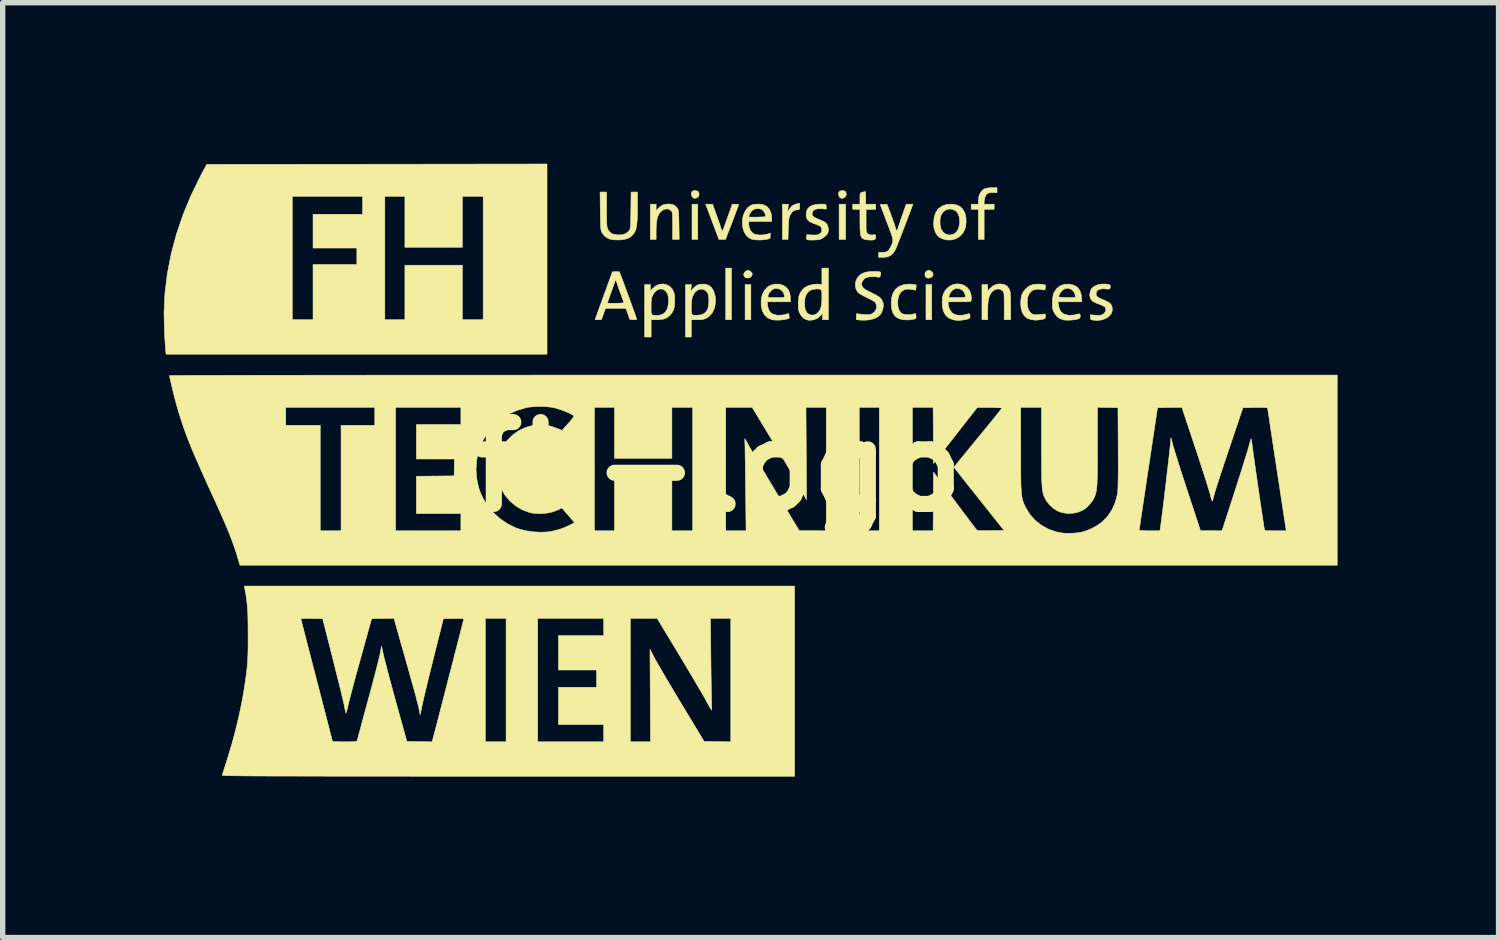
<source format=kicad_pcb>
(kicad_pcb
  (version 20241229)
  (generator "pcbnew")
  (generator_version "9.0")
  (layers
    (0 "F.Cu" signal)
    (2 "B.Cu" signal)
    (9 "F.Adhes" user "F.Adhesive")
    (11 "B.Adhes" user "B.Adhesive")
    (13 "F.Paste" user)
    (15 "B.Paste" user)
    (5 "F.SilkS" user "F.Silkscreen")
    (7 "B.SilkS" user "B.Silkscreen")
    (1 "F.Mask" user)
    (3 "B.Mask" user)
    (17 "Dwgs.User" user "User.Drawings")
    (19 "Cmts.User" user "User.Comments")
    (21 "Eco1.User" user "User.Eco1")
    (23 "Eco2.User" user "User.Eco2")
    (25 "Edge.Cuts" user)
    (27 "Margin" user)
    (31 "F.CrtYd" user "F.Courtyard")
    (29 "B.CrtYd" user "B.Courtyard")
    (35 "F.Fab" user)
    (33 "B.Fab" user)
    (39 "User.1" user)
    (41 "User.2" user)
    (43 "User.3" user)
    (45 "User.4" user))
  (footprint "fh-logo"
    (layer "F.Cu")
    (at 10.321 5.647)
    (property "Reference" "fh-logo" (at 0 0 0) (layer "F.SilkS") (effects (font (size 1.524 1.524) (thickness 0.3))))
    (attr through_hole)
    (fp_poly (pts (xy -0.374 -4.238) (xy -0.481 -4.238) (xy -0.481 -4.893) (xy -0.374 -4.893) (xy -0.374 -4.238)) (stroke (width 0.01) (type solid)) (fill yes) (layer "F.SilkS"))
    (fp_poly (pts (xy 0.254 -2.741) (xy 0.147 -2.741) (xy 0.147 -3.703) (xy 0.254 -3.703) (xy 0.254 -2.741)) (stroke (width 0.01) (type solid)) (fill yes) (layer "F.SilkS"))
    (fp_poly (pts (xy 0.615 -2.741) (xy 0.508 -2.741) (xy 0.508 -3.396) (xy 0.615 -3.396) (xy 0.615 -2.741)) (stroke (width 0.01) (type solid)) (fill yes) (layer "F.SilkS"))
    (fp_poly (pts (xy 2.38 -4.238) (xy 2.259 -4.238) (xy 2.259 -4.893) (xy 2.38 -4.893) (xy 2.38 -4.238)) (stroke (width 0.01) (type solid)) (fill yes) (layer "F.SilkS"))
    (fp_poly (pts (xy 3.984 -2.741) (xy 3.877 -2.741) (xy 3.877 -3.396) (xy 3.984 -3.396) (xy 3.984 -2.741)) (stroke (width 0.01) (type solid)) (fill yes) (layer "F.SilkS"))
    (fp_poly (pts (xy -0.378 -5.136) (xy -0.361 -5.121) (xy -0.348 -5.076) (xy -0.359 -5.038) (xy -0.377 -5.021) (xy -0.418 -5.002) (xy -0.453 -5.008) (xy -0.473 -5.024) (xy -0.491 -5.059) (xy -0.493 -5.098) (xy -0.48 -5.13) (xy -0.479 -5.131) (xy -0.45 -5.145) (xy -0.412 -5.146) (xy -0.378 -5.136)) (stroke (width 0.01) (type solid)) (fill yes) (layer "F.SilkS"))
    (fp_poly (pts (xy 0.591 -3.653) (xy 0.62 -3.631) (xy 0.639 -3.604) (xy 0.642 -3.592) (xy 0.63 -3.556) (xy 0.601 -3.53) (xy 0.563 -3.517) (xy 0.525 -3.522) (xy 0.502 -3.537) (xy 0.485 -3.565) (xy 0.481 -3.584) (xy 0.493 -3.616) (xy 0.52 -3.646) (xy 0.553 -3.662) (xy 0.561 -3.663) (xy 0.591 -3.653)) (stroke (width 0.01) (type solid)) (fill yes) (layer "F.SilkS"))
    (fp_poly (pts (xy 2.354 -5.142) (xy 2.377 -5.131) (xy 2.392 -5.099) (xy 2.39 -5.061) (xy 2.371 -5.027) (xy 2.363 -5.021) (xy 2.322 -5.002) (xy 2.287 -5.008) (xy 2.268 -5.024) (xy 2.25 -5.059) (xy 2.247 -5.098) (xy 2.261 -5.13) (xy 2.262 -5.131) (xy 2.286 -5.142) (xy 2.319 -5.147) (xy 2.354 -5.142)) (stroke (width 0.01) (type solid)) (fill yes) (layer "F.SilkS"))
    (fp_poly (pts (xy 3.963 -3.652) (xy 3.993 -3.626) (xy 4.009 -3.594) (xy 4.011 -3.585) (xy 3.999 -3.552) (xy 3.969 -3.528) (xy 3.931 -3.516) (xy 3.893 -3.521) (xy 3.881 -3.526) (xy 3.866 -3.546) (xy 3.857 -3.572) (xy 3.859 -3.609) (xy 3.881 -3.642) (xy 3.915 -3.661) (xy 3.93 -3.663) (xy 3.963 -3.652)) (stroke (width 0.01) (type solid)) (fill yes) (layer "F.SilkS"))
    (fp_poly (pts (xy 5.2 -5.108) (xy 5.122 -5.11) (xy 5.06 -5.107) (xy 5.022 -5.095) (xy 5.019 -5.093) (xy 4.99 -5.055) (xy 4.969 -5.002) (xy 4.96 -4.945) (xy 4.96 -4.94) (xy 4.96 -4.893) (xy 5.147 -4.893) (xy 5.147 -4.799) (xy 4.96 -4.799) (xy 4.96 -4.238) (xy 4.853 -4.238) (xy 4.853 -4.799) (xy 4.719 -4.799) (xy 4.719 -4.893) (xy 4.853 -4.893) (xy 4.853 -4.964) (xy 4.862 -5.039) (xy 4.889 -5.105) (xy 4.93 -5.156) (xy 4.959 -5.176) (xy 5.006 -5.192) (xy 5.07 -5.2) (xy 5.103 -5.2) (xy 5.2 -5.2) (xy 5.2 -5.108)) (stroke (width 0.01) (type solid)) (fill yes) (layer "F.SilkS"))
    (fp_poly (pts (xy 1.524 -4.85) (xy 1.523 -4.813) (xy 1.516 -4.796) (xy 1.498 -4.791) (xy 1.484 -4.79) (xy 1.427 -4.78) (xy 1.382 -4.747) (xy 1.348 -4.694) (xy 1.336 -4.665) (xy 1.327 -4.635) (xy 1.321 -4.597) (xy 1.317 -4.545) (xy 1.314 -4.474) (xy 1.312 -4.435) (xy 1.307 -4.238) (xy 1.203 -4.238) (xy 1.203 -4.893) (xy 1.314 -4.893) (xy 1.307 -4.826) (xy 1.304 -4.788) (xy 1.303 -4.764) (xy 1.304 -4.759) (xy 1.312 -4.769) (xy 1.329 -4.795) (xy 1.334 -4.805) (xy 1.376 -4.857) (xy 1.431 -4.889) (xy 1.474 -4.9) (xy 1.524 -4.909) (xy 1.524 -4.85)) (stroke (width 0.01) (type solid)) (fill yes) (layer "F.SilkS"))
    (fp_poly (pts (xy -0.015 -4.662) (xy 0.011 -4.588) (xy 0.034 -4.522) (xy 0.052 -4.468) (xy 0.063 -4.431) (xy 0.067 -4.416) (xy 0.075 -4.395) (xy 0.078 -4.393) (xy 0.088 -4.401) (xy 0.102 -4.428) (xy 0.119 -4.47) (xy 0.12 -4.475) (xy 0.137 -4.524) (xy 0.16 -4.589) (xy 0.186 -4.662) (xy 0.21 -4.729) (xy 0.27 -4.893) (xy 0.329 -4.893) (xy 0.364 -4.891) (xy 0.385 -4.887) (xy 0.388 -4.884) (xy 0.383 -4.87) (xy 0.37 -4.834) (xy 0.35 -4.78) (xy 0.324 -4.711) (xy 0.294 -4.632) (xy 0.266 -4.557) (xy 0.143 -4.238) (xy 0.02 -4.238) (xy -0.077 -4.495) (xy -0.108 -4.578) (xy -0.138 -4.657) (xy -0.164 -4.727) (xy -0.185 -4.783) (xy -0.199 -4.82) (xy -0.2 -4.823) (xy -0.227 -4.893) (xy -0.097 -4.893) (xy -0.015 -4.662)) (stroke (width 0.01) (type solid)) (fill yes) (layer "F.SilkS"))
    (fp_poly (pts (xy -0.851 -4.891) (xy -0.797 -4.866) (xy -0.755 -4.821) (xy -0.752 -4.816) (xy -0.744 -4.801) (xy -0.738 -4.779) (xy -0.733 -4.748) (xy -0.73 -4.703) (xy -0.727 -4.641) (xy -0.725 -4.558) (xy -0.724 -4.509) (xy -0.72 -4.238) (xy -0.842 -4.238) (xy -0.842 -4.492) (xy -0.842 -4.581) (xy -0.843 -4.647) (xy -0.845 -4.694) (xy -0.848 -4.727) (xy -0.853 -4.748) (xy -0.86 -4.762) (xy -0.869 -4.772) (xy -0.914 -4.802) (xy -0.965 -4.806) (xy -1.012 -4.791) (xy -1.059 -4.759) (xy -1.095 -4.716) (xy -1.122 -4.658) (xy -1.139 -4.582) (xy -1.148 -4.484) (xy -1.15 -4.391) (xy -1.15 -4.238) (xy -1.257 -4.238) (xy -1.257 -4.893) (xy -1.15 -4.893) (xy -1.149 -4.766) (xy -1.115 -4.81) (xy -1.062 -4.86) (xy -0.997 -4.889) (xy -0.922 -4.898) (xy -0.851 -4.891)) (stroke (width 0.01) (type solid)) (fill yes) (layer "F.SilkS"))
    (fp_poly (pts (xy 5.328 -3.4) (xy 5.384 -3.371) (xy 5.423 -3.323) (xy 5.428 -3.313) (xy 5.437 -3.289) (xy 5.444 -3.264) (xy 5.448 -3.231) (xy 5.451 -3.186) (xy 5.453 -3.126) (xy 5.454 -3.046) (xy 5.454 -2.998) (xy 5.454 -2.741) (xy 5.334 -2.741) (xy 5.334 -2.995) (xy 5.334 -3.084) (xy 5.333 -3.149) (xy 5.332 -3.196) (xy 5.329 -3.228) (xy 5.324 -3.25) (xy 5.317 -3.264) (xy 5.307 -3.276) (xy 5.301 -3.283) (xy 5.257 -3.31) (xy 5.206 -3.315) (xy 5.154 -3.298) (xy 5.106 -3.26) (xy 5.088 -3.237) (xy 5.064 -3.194) (xy 5.047 -3.146) (xy 5.035 -3.085) (xy 5.029 -3.008) (xy 5.027 -2.909) (xy 5.027 -2.904) (xy 5.027 -2.741) (xy 4.92 -2.741) (xy 4.92 -3.396) (xy 5.027 -3.396) (xy 5.027 -3.274) (xy 5.07 -3.324) (xy 5.13 -3.376) (xy 5.2 -3.404) (xy 5.254 -3.409) (xy 5.328 -3.4)) (stroke (width 0.01) (type solid)) (fill yes) (layer "F.SilkS"))
    (fp_poly (pts (xy 3.624 -3.401) (xy 3.696 -3.389) (xy 3.692 -3.342) (xy 3.688 -3.311) (xy 3.685 -3.294) (xy 3.685 -3.293) (xy 3.672 -3.294) (xy 3.641 -3.3) (xy 3.621 -3.305) (xy 3.539 -3.313) (xy 3.47 -3.299) (xy 3.416 -3.263) (xy 3.377 -3.206) (xy 3.355 -3.129) (xy 3.35 -3.061) (xy 3.357 -2.974) (xy 3.381 -2.908) (xy 3.42 -2.863) (xy 3.443 -2.85) (xy 3.486 -2.839) (xy 3.542 -2.835) (xy 3.599 -2.838) (xy 3.644 -2.848) (xy 3.671 -2.857) (xy 3.684 -2.854) (xy 3.689 -2.833) (xy 3.692 -2.808) (xy 3.692 -2.777) (xy 3.681 -2.761) (xy 3.656 -2.753) (xy 3.546 -2.737) (xy 3.446 -2.742) (xy 3.367 -2.764) (xy 3.307 -2.803) (xy 3.265 -2.86) (xy 3.239 -2.938) (xy 3.23 -3.036) (xy 3.229 -3.049) (xy 3.239 -3.156) (xy 3.266 -3.243) (xy 3.312 -3.312) (xy 3.377 -3.362) (xy 3.461 -3.394) (xy 3.478 -3.398) (xy 3.577 -3.406) (xy 3.624 -3.401)) (stroke (width 0.01) (type solid)) (fill yes) (layer "F.SilkS"))
    (fp_poly (pts (xy -3.182 -2.099) (xy -10.277 -2.099) (xy -10.284 -2.169) (xy -10.288 -2.204) (xy -10.292 -2.26) (xy -10.297 -2.333) (xy -10.302 -2.415) (xy -10.308 -2.504) (xy -10.308 -2.516) (xy -10.316 -2.879) (xy -10.298 -3.243) (xy -10.253 -3.607) (xy -10.182 -3.971) (xy -10.085 -4.335) (xy -9.962 -4.696) (xy -9.82 -5.04) (xy -7.927 -5.04) (xy -7.927 -2.741) (xy -7.54 -2.741) (xy -7.54 -3.77) (xy -6.724 -3.77) (xy -6.724 -4.077) (xy -7.54 -4.077) (xy -7.54 -4.706) (xy -6.617 -4.706) (xy -6.617 -5.04) (xy -6.203 -5.04) (xy -6.203 -2.741) (xy -5.829 -2.741) (xy -5.829 -3.757) (xy -4.759 -3.757) (xy -4.759 -2.741) (xy -4.371 -2.741) (xy -4.371 -5.04) (xy -4.759 -5.04) (xy -4.759 -4.091) (xy -5.829 -4.091) (xy -5.829 -5.04) (xy -6.203 -5.04) (xy -6.617 -5.04) (xy -7.927 -5.04) (xy -9.82 -5.04) (xy -9.814 -5.055) (xy -9.64 -5.411) (xy -9.614 -5.461) (xy -9.52 -5.635) (xy -6.351 -5.638) (xy -3.182 -5.642) (xy -3.182 -2.099)) (stroke (width 0.01) (type solid)) (fill yes) (layer "F.SilkS"))
    (fp_poly (pts (xy 2.749 -5.119) (xy 2.752 -5.093) (xy 2.754 -5.048) (xy 2.754 -5.015) (xy 2.754 -4.893) (xy 2.941 -4.893) (xy 2.941 -4.8) (xy 2.851 -4.797) (xy 2.761 -4.793) (xy 2.761 -4.581) (xy 2.761 -4.501) (xy 2.761 -4.444) (xy 2.764 -4.405) (xy 2.767 -4.379) (xy 2.774 -4.363) (xy 2.783 -4.351) (xy 2.794 -4.342) (xy 2.826 -4.324) (xy 2.865 -4.32) (xy 2.884 -4.322) (xy 2.92 -4.325) (xy 2.936 -4.32) (xy 2.941 -4.302) (xy 2.941 -4.284) (xy 2.935 -4.248) (xy 2.92 -4.233) (xy 2.883 -4.226) (xy 2.832 -4.225) (xy 2.778 -4.23) (xy 2.732 -4.239) (xy 2.719 -4.244) (xy 2.695 -4.257) (xy 2.677 -4.277) (xy 2.664 -4.306) (xy 2.655 -4.349) (xy 2.65 -4.408) (xy 2.648 -4.487) (xy 2.647 -4.574) (xy 2.647 -4.799) (xy 2.513 -4.799) (xy 2.513 -4.893) (xy 2.647 -4.893) (xy 2.647 -4.998) (xy 2.647 -5.051) (xy 2.65 -5.083) (xy 2.657 -5.101) (xy 2.668 -5.109) (xy 2.679 -5.112) (xy 2.713 -5.122) (xy 2.733 -5.128) (xy 2.743 -5.129) (xy 2.749 -5.119)) (stroke (width 0.01) (type solid)) (fill yes) (layer "F.SilkS"))
    (fp_poly (pts (xy 3.483 -4.494) (xy 3.445 -4.394) (xy 3.409 -4.301) (xy 3.376 -4.217) (xy 3.348 -4.146) (xy 3.327 -4.092) (xy 3.312 -4.058) (xy 3.308 -4.049) (xy 3.264 -3.98) (xy 3.212 -3.934) (xy 3.146 -3.91) (xy 3.075 -3.904) (xy 2.995 -3.904) (xy 2.995 -3.997) (xy 3.062 -3.997) (xy 3.12 -4.001) (xy 3.16 -4.016) (xy 3.19 -4.046) (xy 3.21 -4.08) (xy 3.23 -4.119) (xy 3.245 -4.152) (xy 3.255 -4.181) (xy 3.259 -4.21) (xy 3.257 -4.244) (xy 3.248 -4.285) (xy 3.231 -4.338) (xy 3.207 -4.406) (xy 3.174 -4.493) (xy 3.148 -4.559) (xy 3.025 -4.886) (xy 3.085 -4.89) (xy 3.122 -4.891) (xy 3.147 -4.89) (xy 3.151 -4.888) (xy 3.158 -4.873) (xy 3.172 -4.838) (xy 3.191 -4.788) (xy 3.214 -4.728) (xy 3.237 -4.663) (xy 3.26 -4.599) (xy 3.281 -4.54) (xy 3.297 -4.492) (xy 3.307 -4.46) (xy 3.308 -4.453) (xy 3.32 -4.417) (xy 3.333 -4.405) (xy 3.345 -4.417) (xy 3.349 -4.428) (xy 3.356 -4.45) (xy 3.37 -4.493) (xy 3.39 -4.551) (xy 3.413 -4.62) (xy 3.432 -4.676) (xy 3.508 -4.893) (xy 3.634 -4.893) (xy 3.483 -4.494)) (stroke (width 0.01) (type solid)) (fill yes) (layer "F.SilkS"))
    (fp_poly (pts (xy 4.429 -4.885) (xy 4.503 -4.855) (xy 4.56 -4.805) (xy 4.6 -4.734) (xy 4.605 -4.721) (xy 4.621 -4.649) (xy 4.624 -4.566) (xy 4.616 -4.483) (xy 4.603 -4.432) (xy 4.564 -4.355) (xy 4.507 -4.294) (xy 4.436 -4.251) (xy 4.356 -4.228) (xy 4.271 -4.226) (xy 4.185 -4.248) (xy 4.161 -4.259) (xy 4.117 -4.284) (xy 4.087 -4.313) (xy 4.061 -4.356) (xy 4.056 -4.366) (xy 4.036 -4.413) (xy 4.025 -4.458) (xy 4.02 -4.513) (xy 4.02 -4.542) (xy 4.024 -4.589) (xy 4.138 -4.589) (xy 4.139 -4.519) (xy 4.151 -4.454) (xy 4.163 -4.42) (xy 4.203 -4.365) (xy 4.256 -4.331) (xy 4.317 -4.319) (xy 4.379 -4.33) (xy 4.409 -4.345) (xy 4.456 -4.389) (xy 4.488 -4.453) (xy 4.503 -4.535) (xy 4.505 -4.572) (xy 4.496 -4.658) (xy 4.471 -4.725) (xy 4.429 -4.772) (xy 4.372 -4.798) (xy 4.325 -4.804) (xy 4.26 -4.793) (xy 4.207 -4.76) (xy 4.165 -4.705) (xy 4.146 -4.654) (xy 4.138 -4.589) (xy 4.024 -4.589) (xy 4.029 -4.648) (xy 4.058 -4.736) (xy 4.105 -4.806) (xy 4.169 -4.856) (xy 4.251 -4.886) (xy 4.338 -4.895) (xy 4.429 -4.885)) (stroke (width 0.01) (type solid)) (fill yes) (layer "F.SilkS"))
    (fp_poly (pts (xy -0.175 -3.385) (xy -0.119 -3.342) (xy -0.078 -3.277) (xy -0.052 -3.191) (xy -0.045 -3.146) (xy -0.045 -3.044) (xy -0.065 -2.95) (xy -0.104 -2.87) (xy -0.16 -2.806) (xy -0.214 -2.771) (xy -0.253 -2.754) (xy -0.295 -2.745) (xy -0.35 -2.741) (xy -0.384 -2.741) (xy -0.495 -2.741) (xy -0.495 -2.42) (xy -0.602 -2.42) (xy -0.602 -2.963) (xy -0.495 -2.963) (xy -0.494 -2.9) (xy -0.49 -2.859) (xy -0.478 -2.836) (xy -0.454 -2.826) (xy -0.415 -2.824) (xy -0.371 -2.826) (xy -0.304 -2.835) (xy -0.258 -2.856) (xy -0.257 -2.856) (xy -0.215 -2.896) (xy -0.187 -2.943) (xy -0.172 -3.003) (xy -0.167 -3.083) (xy -0.167 -3.088) (xy -0.169 -3.152) (xy -0.174 -3.197) (xy -0.185 -3.23) (xy -0.193 -3.245) (xy -0.233 -3.289) (xy -0.283 -3.311) (xy -0.337 -3.31) (xy -0.389 -3.287) (xy -0.426 -3.253) (xy -0.456 -3.208) (xy -0.477 -3.154) (xy -0.489 -3.086) (xy -0.494 -3) (xy -0.495 -2.963) (xy -0.602 -2.963) (xy -0.602 -3.396) (xy -0.491 -3.396) (xy -0.507 -3.277) (xy -0.449 -3.335) (xy -0.406 -3.373) (xy -0.368 -3.394) (xy -0.33 -3.403) (xy -0.246 -3.405) (xy -0.175 -3.385)) (stroke (width 0.01) (type solid)) (fill yes) (layer "F.SilkS"))
    (fp_poly (pts (xy -0.953 -3.394) (xy -0.893 -3.361) (xy -0.846 -3.309) (xy -0.815 -3.24) (xy -0.807 -3.193) (xy -0.803 -3.129) (xy -0.804 -3.064) (xy -0.809 -3) (xy -0.816 -2.954) (xy -0.829 -2.917) (xy -0.846 -2.884) (xy -0.892 -2.823) (xy -0.946 -2.78) (xy -1.015 -2.753) (xy -1.102 -2.742) (xy -1.145 -2.741) (xy -1.243 -2.741) (xy -1.243 -2.42) (xy -1.364 -2.42) (xy -1.364 -2.986) (xy -1.243 -2.986) (xy -1.243 -2.918) (xy -1.241 -2.873) (xy -1.233 -2.845) (xy -1.218 -2.83) (xy -1.191 -2.824) (xy -1.15 -2.823) (xy -1.136 -2.822) (xy -1.085 -2.827) (xy -1.037 -2.841) (xy -1.029 -2.844) (xy -0.976 -2.885) (xy -0.94 -2.947) (xy -0.921 -3.028) (xy -0.918 -3.087) (xy -0.922 -3.166) (xy -0.936 -3.222) (xy -0.94 -3.231) (xy -0.978 -3.282) (xy -1.025 -3.31) (xy -1.076 -3.315) (xy -1.127 -3.297) (xy -1.174 -3.258) (xy -1.21 -3.203) (xy -1.225 -3.17) (xy -1.235 -3.138) (xy -1.24 -3.101) (xy -1.243 -3.051) (xy -1.243 -2.986) (xy -1.364 -2.986) (xy -1.364 -3.396) (xy -1.257 -3.396) (xy -1.257 -3.274) (xy -1.213 -3.324) (xy -1.154 -3.374) (xy -1.088 -3.402) (xy -1.019 -3.408) (xy -0.953 -3.394)) (stroke (width 0.01) (type solid)) (fill yes) (layer "F.SilkS"))
    (fp_poly (pts (xy 2.059 -2.741) (xy 1.952 -2.741) (xy 1.952 -2.863) (xy 1.916 -2.82) (xy 1.855 -2.768) (xy 1.783 -2.738) (xy 1.705 -2.731) (xy 1.652 -2.741) (xy 1.599 -2.769) (xy 1.552 -2.817) (xy 1.518 -2.878) (xy 1.516 -2.883) (xy 1.504 -2.923) (xy 1.499 -2.973) (xy 1.499 -3.038) (xy 1.499 -3.064) (xy 1.615 -3.064) (xy 1.617 -3.008) (xy 1.623 -2.955) (xy 1.631 -2.922) (xy 1.66 -2.871) (xy 1.703 -2.838) (xy 1.755 -2.826) (xy 1.809 -2.835) (xy 1.855 -2.864) (xy 1.89 -2.903) (xy 1.914 -2.949) (xy 1.929 -3.007) (xy 1.937 -3.082) (xy 1.938 -3.15) (xy 1.938 -3.219) (xy 1.935 -3.265) (xy 1.927 -3.294) (xy 1.911 -3.309) (xy 1.884 -3.314) (xy 1.843 -3.315) (xy 1.834 -3.315) (xy 1.757 -3.305) (xy 1.696 -3.273) (xy 1.651 -3.22) (xy 1.624 -3.149) (xy 1.615 -3.064) (xy 1.499 -3.064) (xy 1.499 -3.065) (xy 1.503 -3.129) (xy 1.51 -3.176) (xy 1.521 -3.212) (xy 1.538 -3.246) (xy 1.54 -3.25) (xy 1.572 -3.294) (xy 1.611 -3.334) (xy 1.627 -3.346) (xy 1.691 -3.378) (xy 1.769 -3.399) (xy 1.847 -3.406) (xy 1.88 -3.404) (xy 1.938 -3.396) (xy 1.938 -3.703) (xy 2.059 -3.703) (xy 2.059 -2.741)) (stroke (width 0.01) (type solid)) (fill yes) (layer "F.SilkS"))
    (fp_poly (pts (xy -2.072 -4.796) (xy -2.072 -4.692) (xy -2.071 -4.611) (xy -2.07 -4.55) (xy -2.067 -4.505) (xy -2.063 -4.472) (xy -2.058 -4.448) (xy -2.051 -4.43) (xy -2.049 -4.426) (xy -2.015 -4.376) (xy -1.971 -4.343) (xy -1.911 -4.326) (xy -1.861 -4.321) (xy -1.78 -4.324) (xy -1.717 -4.345) (xy -1.668 -4.383) (xy -1.652 -4.402) (xy -1.643 -4.416) (xy -1.637 -4.431) (xy -1.632 -4.452) (xy -1.628 -4.482) (xy -1.625 -4.525) (xy -1.623 -4.584) (xy -1.622 -4.662) (xy -1.62 -4.763) (xy -1.62 -4.78) (xy -1.616 -5.12) (xy -1.497 -5.12) (xy -1.497 -4.849) (xy -1.498 -4.725) (xy -1.501 -4.624) (xy -1.507 -4.543) (xy -1.515 -4.478) (xy -1.526 -4.427) (xy -1.542 -4.386) (xy -1.561 -4.352) (xy -1.562 -4.351) (xy -1.609 -4.298) (xy -1.666 -4.261) (xy -1.738 -4.238) (xy -1.83 -4.228) (xy -1.838 -4.228) (xy -1.925 -4.229) (xy -1.988 -4.237) (xy -2.008 -4.243) (xy -2.072 -4.272) (xy -2.117 -4.307) (xy -2.152 -4.354) (xy -2.155 -4.362) (xy -2.165 -4.38) (xy -2.172 -4.399) (xy -2.177 -4.422) (xy -2.181 -4.453) (xy -2.184 -4.494) (xy -2.186 -4.551) (xy -2.188 -4.625) (xy -2.189 -4.722) (xy -2.19 -4.769) (xy -2.194 -5.12) (xy -2.072 -5.12) (xy -2.072 -4.796)) (stroke (width 0.01) (type solid)) (fill yes) (layer "F.SilkS"))
    (fp_poly (pts (xy 6.025 -3.403) (xy 6.07 -3.397) (xy 6.097 -3.387) (xy 6.102 -3.383) (xy 6.105 -3.363) (xy 6.101 -3.331) (xy 6.101 -3.329) (xy 6.091 -3.3) (xy 6.077 -3.294) (xy 6.071 -3.296) (xy 6.045 -3.302) (xy 6.005 -3.308) (xy 5.982 -3.311) (xy 5.908 -3.307) (xy 5.848 -3.281) (xy 5.803 -3.234) (xy 5.774 -3.167) (xy 5.762 -3.082) (xy 5.762 -3.071) (xy 5.768 -2.987) (xy 5.787 -2.924) (xy 5.821 -2.876) (xy 5.837 -2.862) (xy 5.861 -2.846) (xy 5.887 -2.837) (xy 5.923 -2.835) (xy 5.969 -2.837) (xy 6.019 -2.841) (xy 6.06 -2.845) (xy 6.083 -2.849) (xy 6.083 -2.849) (xy 6.097 -2.845) (xy 6.102 -2.822) (xy 6.103 -2.808) (xy 6.099 -2.776) (xy 6.085 -2.76) (xy 6.063 -2.753) (xy 6.016 -2.744) (xy 5.965 -2.737) (xy 5.92 -2.734) (xy 5.895 -2.735) (xy 5.869 -2.74) (xy 5.832 -2.746) (xy 5.826 -2.747) (xy 5.76 -2.77) (xy 5.707 -2.815) (xy 5.669 -2.88) (xy 5.647 -2.962) (xy 5.642 -3.032) (xy 5.645 -3.121) (xy 5.657 -3.19) (xy 5.68 -3.246) (xy 5.716 -3.296) (xy 5.735 -3.317) (xy 5.78 -3.356) (xy 5.821 -3.38) (xy 5.871 -3.396) (xy 5.872 -3.396) (xy 5.919 -3.403) (xy 5.973 -3.405) (xy 6.025 -3.403)) (stroke (width 0.01) (type solid)) (fill yes) (layer "F.SilkS"))
    (fp_poly (pts (xy 7.232 -3.406) (xy 7.251 -3.403) (xy 7.29 -3.395) (xy 7.308 -3.384) (xy 7.312 -3.366) (xy 7.312 -3.365) (xy 7.307 -3.33) (xy 7.29 -3.313) (xy 7.255 -3.312) (xy 7.235 -3.315) (xy 7.176 -3.319) (xy 7.121 -3.312) (xy 7.079 -3.295) (xy 7.062 -3.28) (xy 7.049 -3.249) (xy 7.045 -3.22) (xy 7.05 -3.194) (xy 7.065 -3.172) (xy 7.096 -3.151) (xy 7.146 -3.127) (xy 7.193 -3.108) (xy 7.261 -3.077) (xy 7.307 -3.045) (xy 7.334 -3.008) (xy 7.345 -2.973) (xy 7.346 -2.907) (xy 7.323 -2.849) (xy 7.28 -2.8) (xy 7.221 -2.762) (xy 7.148 -2.737) (xy 7.064 -2.728) (xy 6.974 -2.736) (xy 6.968 -2.737) (xy 6.947 -2.746) (xy 6.939 -2.769) (xy 6.938 -2.788) (xy 6.938 -2.834) (xy 7.028 -2.826) (xy 7.085 -2.824) (xy 7.132 -2.827) (xy 7.155 -2.832) (xy 7.196 -2.859) (xy 7.222 -2.898) (xy 7.228 -2.941) (xy 7.227 -2.949) (xy 7.219 -2.967) (xy 7.203 -2.983) (xy 7.174 -3.001) (xy 7.129 -3.021) (xy 7.064 -3.046) (xy 7.041 -3.054) (xy 6.98 -3.086) (xy 6.943 -3.131) (xy 6.928 -3.189) (xy 6.929 -3.223) (xy 6.938 -3.269) (xy 6.953 -3.309) (xy 6.959 -3.319) (xy 7.006 -3.361) (xy 7.071 -3.39) (xy 7.148 -3.406) (xy 7.232 -3.406)) (stroke (width 0.01) (type solid)) (fill yes) (layer "F.SilkS"))
    (fp_poly (pts (xy 1.218 -3.382) (xy 1.275 -3.344) (xy 1.319 -3.289) (xy 1.344 -3.221) (xy 1.35 -3.149) (xy 1.35 -3.075) (xy 0.919 -3.075) (xy 0.927 -3.005) (xy 0.946 -2.93) (xy 0.981 -2.875) (xy 1.035 -2.841) (xy 1.107 -2.825) (xy 1.166 -2.826) (xy 1.216 -2.831) (xy 1.26 -2.84) (xy 1.284 -2.848) (xy 1.305 -2.858) (xy 1.317 -2.855) (xy 1.324 -2.833) (xy 1.328 -2.811) (xy 1.331 -2.783) (xy 1.322 -2.767) (xy 1.295 -2.757) (xy 1.286 -2.754) (xy 1.214 -2.74) (xy 1.134 -2.734) (xy 1.057 -2.736) (xy 0.999 -2.745) (xy 0.925 -2.779) (xy 0.868 -2.832) (xy 0.829 -2.906) (xy 0.808 -3) (xy 0.806 -3.02) (xy 0.808 -3.121) (xy 0.823 -3.188) (xy 0.936 -3.188) (xy 0.936 -3.155) (xy 1.09 -3.155) (xy 1.157 -3.155) (xy 1.202 -3.157) (xy 1.228 -3.161) (xy 1.241 -3.168) (xy 1.243 -3.175) (xy 1.238 -3.201) (xy 1.226 -3.237) (xy 1.224 -3.243) (xy 1.192 -3.286) (xy 1.144 -3.315) (xy 1.087 -3.325) (xy 1.062 -3.323) (xy 1.022 -3.306) (xy 0.983 -3.273) (xy 0.952 -3.234) (xy 0.936 -3.196) (xy 0.936 -3.188) (xy 0.823 -3.188) (xy 0.829 -3.211) (xy 0.868 -3.288) (xy 0.923 -3.348) (xy 0.978 -3.382) (xy 1.061 -3.405) (xy 1.142 -3.405) (xy 1.218 -3.382)) (stroke (width 0.01) (type solid)) (fill yes) (layer "F.SilkS"))
    (fp_poly (pts (xy 1.997 -4.892) (xy 2.014 -4.884) (xy 2.018 -4.863) (xy 2.019 -4.848) (xy 2.019 -4.802) (xy 1.934 -4.809) (xy 1.859 -4.808) (xy 1.804 -4.792) (xy 1.769 -4.762) (xy 1.759 -4.739) (xy 1.755 -4.706) (xy 1.764 -4.679) (xy 1.789 -4.655) (xy 1.832 -4.631) (xy 1.898 -4.604) (xy 1.914 -4.598) (xy 1.984 -4.565) (xy 2.029 -4.525) (xy 2.053 -4.473) (xy 2.059 -4.422) (xy 2.056 -4.379) (xy 2.046 -4.349) (xy 2.022 -4.319) (xy 2.008 -4.305) (xy 1.967 -4.271) (xy 1.922 -4.246) (xy 1.905 -4.239) (xy 1.862 -4.231) (xy 1.808 -4.227) (xy 1.753 -4.225) (xy 1.703 -4.227) (xy 1.668 -4.233) (xy 1.66 -4.236) (xy 1.647 -4.259) (xy 1.65 -4.286) (xy 1.658 -4.325) (xy 1.762 -4.32) (xy 1.817 -4.319) (xy 1.853 -4.321) (xy 1.878 -4.329) (xy 1.901 -4.344) (xy 1.902 -4.345) (xy 1.929 -4.372) (xy 1.937 -4.403) (xy 1.936 -4.423) (xy 1.931 -4.449) (xy 1.92 -4.47) (xy 1.898 -4.488) (xy 1.86 -4.506) (xy 1.802 -4.528) (xy 1.789 -4.532) (xy 1.721 -4.563) (xy 1.676 -4.597) (xy 1.652 -4.64) (xy 1.644 -4.694) (xy 1.644 -4.695) (xy 1.653 -4.765) (xy 1.681 -4.819) (xy 1.728 -4.858) (xy 1.796 -4.883) (xy 1.885 -4.894) (xy 1.962 -4.895) (xy 1.997 -4.892)) (stroke (width 0.01) (type solid)) (fill yes) (layer "F.SilkS"))
    (fp_poly (pts (xy 6.553 -3.404) (xy 6.635 -3.384) (xy 6.698 -3.345) (xy 6.742 -3.287) (xy 6.768 -3.21) (xy 6.774 -3.162) (xy 6.781 -3.075) (xy 6.334 -3.075) (xy 6.344 -3.018) (xy 6.362 -2.943) (xy 6.391 -2.89) (xy 6.434 -2.854) (xy 6.449 -2.846) (xy 6.53 -2.824) (xy 6.62 -2.827) (xy 6.675 -2.839) (xy 6.717 -2.85) (xy 6.74 -2.849) (xy 6.749 -2.834) (xy 6.751 -2.806) (xy 6.745 -2.778) (xy 6.723 -2.761) (xy 6.708 -2.755) (xy 6.662 -2.744) (xy 6.602 -2.737) (xy 6.537 -2.733) (xy 6.478 -2.734) (xy 6.435 -2.739) (xy 6.435 -2.739) (xy 6.361 -2.768) (xy 6.306 -2.814) (xy 6.265 -2.874) (xy 6.248 -2.911) (xy 6.237 -2.942) (xy 6.232 -2.976) (xy 6.231 -3.021) (xy 6.233 -3.075) (xy 6.237 -3.147) (xy 6.241 -3.169) (xy 6.35 -3.169) (xy 6.363 -3.162) (xy 6.4 -3.158) (xy 6.46 -3.155) (xy 6.504 -3.155) (xy 6.657 -3.155) (xy 6.657 -3.192) (xy 6.645 -3.241) (xy 6.613 -3.283) (xy 6.567 -3.315) (xy 6.514 -3.329) (xy 6.508 -3.329) (xy 6.461 -3.317) (xy 6.416 -3.286) (xy 6.378 -3.243) (xy 6.354 -3.196) (xy 6.35 -3.169) (xy 6.241 -3.169) (xy 6.246 -3.199) (xy 6.259 -3.24) (xy 6.267 -3.257) (xy 6.317 -3.327) (xy 6.383 -3.376) (xy 6.461 -3.402) (xy 6.549 -3.405) (xy 6.553 -3.404)) (stroke (width 0.01) (type solid)) (fill yes) (layer "F.SilkS"))
    (fp_poly (pts (xy 0.785 -4.894) (xy 0.842 -4.885) (xy 0.858 -4.881) (xy 0.917 -4.848) (xy 0.963 -4.794) (xy 0.992 -4.724) (xy 1.003 -4.642) (xy 1.003 -4.639) (xy 1.003 -4.572) (xy 0.575 -4.572) (xy 0.575 -4.522) (xy 0.585 -4.456) (xy 0.612 -4.397) (xy 0.651 -4.354) (xy 0.672 -4.34) (xy 0.725 -4.325) (xy 0.791 -4.319) (xy 0.861 -4.323) (xy 0.922 -4.336) (xy 0.926 -4.337) (xy 0.976 -4.355) (xy 0.976 -4.304) (xy 0.975 -4.274) (xy 0.966 -4.257) (xy 0.945 -4.247) (xy 0.908 -4.239) (xy 0.841 -4.229) (xy 0.766 -4.226) (xy 0.694 -4.23) (xy 0.636 -4.24) (xy 0.63 -4.242) (xy 0.568 -4.274) (xy 0.519 -4.326) (xy 0.484 -4.392) (xy 0.463 -4.467) (xy 0.456 -4.548) (xy 0.462 -4.63) (xy 0.47 -4.659) (xy 0.575 -4.659) (xy 0.587 -4.655) (xy 0.62 -4.653) (xy 0.666 -4.652) (xy 0.721 -4.652) (xy 0.776 -4.654) (xy 0.827 -4.656) (xy 0.866 -4.659) (xy 0.887 -4.664) (xy 0.889 -4.665) (xy 0.89 -4.688) (xy 0.878 -4.722) (xy 0.857 -4.758) (xy 0.833 -4.786) (xy 0.827 -4.791) (xy 0.781 -4.809) (xy 0.725 -4.811) (xy 0.672 -4.798) (xy 0.649 -4.784) (xy 0.622 -4.756) (xy 0.597 -4.718) (xy 0.58 -4.68) (xy 0.575 -4.659) (xy 0.47 -4.659) (xy 0.483 -4.709) (xy 0.517 -4.779) (xy 0.565 -4.838) (xy 0.618 -4.874) (xy 0.662 -4.888) (xy 0.721 -4.894) (xy 0.785 -4.894)) (stroke (width 0.01) (type solid)) (fill yes) (layer "F.SilkS"))
    (fp_poly (pts (xy 4.529 -3.403) (xy 4.594 -3.378) (xy 4.65 -3.336) (xy 4.692 -3.279) (xy 4.716 -3.208) (xy 4.72 -3.175) (xy 4.722 -3.138) (xy 4.722 -3.111) (xy 4.716 -3.093) (xy 4.701 -3.082) (xy 4.671 -3.077) (xy 4.625 -3.075) (xy 4.558 -3.075) (xy 4.505 -3.075) (xy 4.291 -3.075) (xy 4.291 -3.031) (xy 4.297 -2.992) (xy 4.313 -2.946) (xy 4.321 -2.927) (xy 4.362 -2.871) (xy 4.418 -2.836) (xy 4.489 -2.822) (xy 4.576 -2.829) (xy 4.621 -2.839) (xy 4.69 -2.856) (xy 4.696 -2.815) (xy 4.698 -2.789) (xy 4.691 -2.771) (xy 4.67 -2.759) (xy 4.631 -2.749) (xy 4.592 -2.741) (xy 4.522 -2.731) (xy 4.466 -2.729) (xy 4.414 -2.735) (xy 4.368 -2.746) (xy 4.294 -2.778) (xy 4.239 -2.83) (xy 4.201 -2.902) (xy 4.181 -2.994) (xy 4.178 -3.061) (xy 4.183 -3.151) (xy 4.184 -3.155) (xy 4.301 -3.155) (xy 4.457 -3.155) (xy 4.524 -3.155) (xy 4.57 -3.157) (xy 4.596 -3.161) (xy 4.609 -3.167) (xy 4.612 -3.175) (xy 4.607 -3.201) (xy 4.595 -3.237) (xy 4.593 -3.243) (xy 4.561 -3.286) (xy 4.513 -3.315) (xy 4.457 -3.325) (xy 4.432 -3.323) (xy 4.384 -3.302) (xy 4.342 -3.263) (xy 4.314 -3.214) (xy 4.31 -3.198) (xy 4.301 -3.155) (xy 4.184 -3.155) (xy 4.201 -3.222) (xy 4.232 -3.281) (xy 4.256 -3.312) (xy 4.318 -3.366) (xy 4.387 -3.398) (xy 4.458 -3.41) (xy 4.529 -3.403)) (stroke (width 0.01) (type solid)) (fill yes) (layer "F.SilkS"))
    (fp_poly (pts (xy -1.8 -3.546) (xy -1.772 -3.472) (xy -1.741 -3.388) (xy -1.708 -3.298) (xy -1.673 -3.204) (xy -1.639 -3.111) (xy -1.607 -3.022) (xy -1.577 -2.939) (xy -1.551 -2.868) (xy -1.531 -2.811) (xy -1.517 -2.771) (xy -1.511 -2.752) (xy -1.511 -2.751) (xy -1.523 -2.745) (xy -1.553 -2.741) (xy -1.576 -2.741) (xy -1.616 -2.742) (xy -1.637 -2.749) (xy -1.647 -2.765) (xy -1.65 -2.774) (xy -1.659 -2.806) (xy -1.675 -2.851) (xy -1.686 -2.881) (xy -1.713 -2.954) (xy -2.093 -2.954) (xy -2.131 -2.847) (xy -2.169 -2.741) (xy -2.227 -2.741) (xy -2.263 -2.741) (xy -2.284 -2.743) (xy -2.286 -2.744) (xy -2.282 -2.757) (xy -2.269 -2.793) (xy -2.249 -2.847) (xy -2.224 -2.918) (xy -2.193 -3.003) (xy -2.175 -3.051) (xy -2.059 -3.051) (xy -2.046 -3.05) (xy -2.012 -3.049) (xy -1.962 -3.048) (xy -1.905 -3.048) (xy -1.844 -3.049) (xy -1.795 -3.052) (xy -1.762 -3.056) (xy -1.751 -3.06) (xy -1.756 -3.077) (xy -1.768 -3.113) (xy -1.785 -3.162) (xy -1.796 -3.191) (xy -1.821 -3.257) (xy -1.846 -3.327) (xy -1.867 -3.388) (xy -1.871 -3.401) (xy -1.902 -3.493) (xy -1.98 -3.274) (xy -2.006 -3.203) (xy -2.028 -3.14) (xy -2.045 -3.092) (xy -2.056 -3.061) (xy -2.059 -3.051) (xy -2.175 -3.051) (xy -2.158 -3.099) (xy -2.126 -3.188) (xy -2.088 -3.291) (xy -2.054 -3.385) (xy -2.024 -3.468) (xy -1.999 -3.537) (xy -1.98 -3.59) (xy -1.969 -3.622) (xy -1.965 -3.632) (xy -1.953 -3.635) (xy -1.922 -3.636) (xy -1.899 -3.636) (xy -1.834 -3.636) (xy -1.8 -3.546)) (stroke (width 0.01) (type solid)) (fill yes) (layer "F.SilkS"))
    (fp_poly (pts (xy 2.964 -3.639) (xy 3.005 -3.636) (xy 3.026 -3.63) (xy 3.034 -3.617) (xy 3.034 -3.599) (xy 3.028 -3.555) (xy 3.009 -3.535) (xy 2.983 -3.535) (xy 2.938 -3.543) (xy 2.881 -3.544) (xy 2.822 -3.54) (xy 2.773 -3.53) (xy 2.755 -3.523) (xy 2.72 -3.496) (xy 2.692 -3.458) (xy 2.691 -3.455) (xy 2.677 -3.422) (xy 2.677 -3.398) (xy 2.689 -3.366) (xy 2.691 -3.362) (xy 2.704 -3.341) (xy 2.722 -3.321) (xy 2.752 -3.301) (xy 2.796 -3.277) (xy 2.86 -3.245) (xy 2.866 -3.242) (xy 2.942 -3.204) (xy 2.997 -3.171) (xy 3.035 -3.139) (xy 3.059 -3.104) (xy 3.075 -3.062) (xy 3.081 -3.039) (xy 3.082 -2.984) (xy 3.068 -2.921) (xy 3.042 -2.861) (xy 3.027 -2.839) (xy 2.977 -2.794) (xy 2.906 -2.76) (xy 2.819 -2.739) (xy 2.719 -2.732) (xy 2.637 -2.736) (xy 2.58 -2.742) (xy 2.58 -2.803) (xy 2.581 -2.84) (xy 2.587 -2.855) (xy 2.6 -2.855) (xy 2.603 -2.854) (xy 2.628 -2.848) (xy 2.67 -2.843) (xy 2.722 -2.839) (xy 2.734 -2.838) (xy 2.791 -2.836) (xy 2.83 -2.839) (xy 2.859 -2.846) (xy 2.885 -2.86) (xy 2.93 -2.901) (xy 2.954 -2.952) (xy 2.957 -3.005) (xy 2.938 -3.055) (xy 2.929 -3.067) (xy 2.909 -3.083) (xy 2.87 -3.106) (xy 2.818 -3.133) (xy 2.774 -3.155) (xy 2.716 -3.184) (xy 2.664 -3.213) (xy 2.625 -3.238) (xy 2.609 -3.252) (xy 2.575 -3.308) (xy 2.561 -3.374) (xy 2.566 -3.443) (xy 2.592 -3.509) (xy 2.624 -3.552) (xy 2.67 -3.591) (xy 2.726 -3.618) (xy 2.796 -3.634) (xy 2.885 -3.64) (xy 2.964 -3.639)) (stroke (width 0.01) (type solid)) (fill yes) (layer "F.SilkS"))
    (fp_poly (pts (xy 1.43 5.762) (xy -3.905 5.762) (xy -4.364 5.762) (xy -4.798 5.762) (xy -5.206 5.762) (xy -5.589 5.762) (xy -5.949 5.761) (xy -6.285 5.761) (xy -6.599 5.761) (xy -6.891 5.761) (xy -7.162 5.761) (xy -7.412 5.76) (xy -7.643 5.76) (xy -7.855 5.759) (xy -8.048 5.759) (xy -8.224 5.758) (xy -8.383 5.758) (xy -8.526 5.757) (xy -8.653 5.757) (xy -8.766 5.756) (xy -8.864 5.755) (xy -8.949 5.754) (xy -9.022 5.753) (xy -9.082 5.752) (xy -9.132 5.751) (xy -9.17 5.75) (xy -9.199 5.748) (xy -9.219 5.747) (xy -9.23 5.746) (xy -9.234 5.744) (xy -9.234 5.744) (xy -9.225 5.718) (xy -9.21 5.672) (xy -9.19 5.61) (xy -9.167 5.537) (xy -9.142 5.457) (xy -9.117 5.376) (xy -9.094 5.299) (xy -9.073 5.23) (xy -9.056 5.175) (xy -9.052 5.16) (xy -8.985 4.911) (xy -8.923 4.653) (xy -8.869 4.398) (xy -8.825 4.153) (xy -8.812 4.064) (xy -8.795 3.95) (xy -8.782 3.851) (xy -8.771 3.763) (xy -8.763 3.681) (xy -8.758 3.598) (xy -8.754 3.511) (xy -8.751 3.414) (xy -8.75 3.302) (xy -8.75 3.17) (xy -8.75 3.128) (xy -8.751 2.98) (xy -8.752 2.854) (xy -8.753 2.829) (xy -7.767 2.829) (xy -7.764 2.843) (xy -7.754 2.881) (xy -7.739 2.941) (xy -7.718 3.021) (xy -7.693 3.12) (xy -7.663 3.235) (xy -7.63 3.365) (xy -7.593 3.508) (xy -7.553 3.662) (xy -7.511 3.824) (xy -7.473 3.971) (xy -7.429 4.14) (xy -7.387 4.302) (xy -7.348 4.454) (xy -7.311 4.595) (xy -7.278 4.723) (xy -7.249 4.836) (xy -7.225 4.933) (xy -7.205 5.01) (xy -7.19 5.067) (xy -7.181 5.102) (xy -7.179 5.113) (xy -7.166 5.115) (xy -7.131 5.117) (xy -7.078 5.119) (xy -7.011 5.12) (xy -6.952 5.12) (xy -6.869 5.12) (xy -6.809 5.119) (xy -6.768 5.117) (xy -6.742 5.113) (xy -6.727 5.108) (xy -6.72 5.1) (xy -6.719 5.097) (xy -6.714 5.08) (xy -6.703 5.039) (xy -6.687 4.978) (xy -6.665 4.898) (xy -6.639 4.802) (xy -6.609 4.692) (xy -6.576 4.571) (xy -6.541 4.441) (xy -6.518 4.356) (xy -6.466 4.164) (xy -6.421 3.997) (xy -6.383 3.852) (xy -6.351 3.729) (xy -6.325 3.625) (xy -6.304 3.539) (xy -6.289 3.469) (xy -6.278 3.414) (xy -6.271 3.373) (xy -6.268 3.344) (xy -6.266 3.341) (xy -6.259 3.361) (xy -6.25 3.4) (xy -6.242 3.444) (xy -6.233 3.482) (xy -6.219 3.543) (xy -6.198 3.624) (xy -6.173 3.722) (xy -6.143 3.835) (xy -6.11 3.96) (xy -6.074 4.094) (xy -6.036 4.234) (xy -6.005 4.347) (xy -5.793 5.113) (xy -5.558 5.117) (xy -5.322 5.121) (xy -5.309 5.07) (xy -5.267 4.911) (xy -5.224 4.746) (xy -5.18 4.576) (xy -5.136 4.404) (xy -5.091 4.232) (xy -5.047 4.06) (xy -5.004 3.893) (xy -4.962 3.731) (xy -4.922 3.576) (xy -4.885 3.43) (xy -4.85 3.296) (xy -4.819 3.175) (xy -4.792 3.069) (xy -4.769 2.98) (xy -4.752 2.91) (xy -4.739 2.862) (xy -4.733 2.836) (xy -4.732 2.833) (xy -4.745 2.828) (xy -4.781 2.825) (xy -4.836 2.823) (xy -4.908 2.823) (xy -4.922 2.824) (xy -5.112 2.827) (xy -5.29 3.536) (xy -5.325 3.676) (xy -5.359 3.814) (xy -5.392 3.947) (xy -5.422 4.072) (xy -5.449 4.184) (xy -5.472 4.281) (xy -5.49 4.36) (xy -5.503 4.418) (xy -5.506 4.432) (xy -5.545 4.619) (xy -5.561 4.539) (xy -5.569 4.496) (xy -5.579 4.452) (xy -5.591 4.403) (xy -5.606 4.346) (xy -5.623 4.279) (xy -5.645 4.199) (xy -5.67 4.105) (xy -5.702 3.993) (xy -5.739 3.861) (xy -5.782 3.707) (xy -5.795 3.663) (xy -5.83 3.537) (xy -5.865 3.415) (xy -5.898 3.3) (xy -5.927 3.195) (xy -5.953 3.103) (xy -5.975 3.028) (xy -5.99 2.973) (xy -5.996 2.951) (xy -6.033 2.821) (xy -4.331 2.821) (xy -4.331 5.12) (xy -3.944 5.12) (xy -3.944 2.821) (xy -3.355 2.821) (xy -3.355 5.12) (xy -2.126 5.12) (xy -2.126 4.799) (xy -2.968 4.799) (xy -2.968 4.104) (xy -2.259 4.104) (xy -2.259 3.783) (xy -2.968 3.783) (xy -2.968 3.142) (xy -2.126 3.142) (xy -2.126 2.821) (xy -1.631 2.821) (xy -1.631 5.12) (xy -1.254 5.12) (xy -1.259 4.26) (xy -1.264 3.399) (xy -1.175 3.568) (xy -1.152 3.61) (xy -1.116 3.673) (xy -1.069 3.754) (xy -1.014 3.849) (xy -0.951 3.957) (xy -0.881 4.073) (xy -0.808 4.197) (xy -0.731 4.325) (xy -0.671 4.425) (xy -0.256 5.113) (xy -0.008 5.117) (xy 0.241 5.121) (xy 0.241 2.821) (xy -0.138 2.821) (xy -0.129 3.646) (xy -0.127 3.794) (xy -0.125 3.934) (xy -0.123 4.065) (xy -0.121 4.185) (xy -0.119 4.29) (xy -0.117 4.378) (xy -0.115 4.447) (xy -0.114 4.495) (xy -0.112 4.518) (xy -0.112 4.519) (xy -0.114 4.529) (xy -0.124 4.519) (xy -0.144 4.487) (xy -0.175 4.433) (xy -0.21 4.369) (xy -0.236 4.321) (xy -0.275 4.252) (xy -0.325 4.167) (xy -0.383 4.067) (xy -0.448 3.956) (xy -0.52 3.835) (xy -0.595 3.71) (xy -0.672 3.581) (xy -0.722 3.497) (xy -1.13 2.822) (xy -1.38 2.821) (xy -1.631 2.821) (xy -2.126 2.821) (xy -3.355 2.821) (xy -3.944 2.821) (xy -4.331 2.821) (xy -6.033 2.821) (xy -6.033 2.82) (xy -6.241 2.824) (xy -6.449 2.827) (xy -6.653 3.563) (xy -6.692 3.703) (xy -6.73 3.841) (xy -6.766 3.972) (xy -6.798 4.094) (xy -6.827 4.204) (xy -6.852 4.299) (xy -6.872 4.375) (xy -6.885 4.43) (xy -6.89 4.452) (xy -6.903 4.509) (xy -6.915 4.554) (xy -6.924 4.581) (xy -6.929 4.586) (xy -6.929 4.585) (xy -6.934 4.564) (xy -6.943 4.523) (xy -6.953 4.471) (xy -6.958 4.445) (xy -6.966 4.41) (xy -6.979 4.351) (xy -6.998 4.272) (xy -7.021 4.176) (xy -7.048 4.065) (xy -7.079 3.942) (xy -7.112 3.81) (xy -7.147 3.672) (xy -7.171 3.576) (xy -7.361 2.827) (xy -7.564 2.824) (xy -7.634 2.823) (xy -7.694 2.823) (xy -7.739 2.825) (xy -7.763 2.827) (xy -7.767 2.829) (xy -8.753 2.829) (xy -8.755 2.745) (xy -8.76 2.651) (xy -8.767 2.565) (xy -8.776 2.484) (xy -8.787 2.403) (xy -8.801 2.318) (xy -8.809 2.279) (xy -8.82 2.219) (xy 1.43 2.219) (xy 1.43 5.762)) (stroke (width 0.01) (type solid)) (fill yes) (layer "F.SilkS"))
    (fp_poly (pts (xy 11.537 1.831) (xy -8.902 1.831) (xy -8.93 1.735) (xy -8.966 1.615) (xy -9.005 1.497) (xy -9.049 1.375) (xy -9.098 1.247) (xy -9.155 1.109) (xy -9.22 0.958) (xy -9.295 0.79) (xy -9.365 0.635) (xy -9.463 0.422) (xy -9.55 0.23) (xy -9.627 0.057) (xy -9.696 -0.098) (xy -9.757 -0.239) (xy -9.811 -0.368) (xy -9.859 -0.488) (xy -9.902 -0.6) (xy -9.941 -0.707) (xy -9.977 -0.812) (xy -10.011 -0.917) (xy -10.044 -1.024) (xy -10.062 -1.083) (xy -10.069 -1.11) (xy -8.048 -1.11) (xy -8.048 -0.775) (xy -7.406 -0.775) (xy -7.406 1.19) (xy -7.018 1.19) (xy -7.018 -0.775) (xy -6.39 -0.775) (xy -6.39 -1.11) (xy -6.002 -1.11) (xy -6.002 1.19) (xy -4.786 1.19) (xy -4.786 0.869) (xy -5.615 0.869) (xy -5.615 0.174) (xy -4.913 0.167) (xy -4.91 0.045) (xy -4.504 0.045) (xy -4.492 0.215) (xy -4.457 0.381) (xy -4.439 0.438) (xy -4.374 0.587) (xy -4.287 0.726) (xy -4.179 0.854) (xy -4.055 0.966) (xy -3.917 1.06) (xy -3.769 1.133) (xy -3.708 1.155) (xy -3.577 1.189) (xy -3.436 1.21) (xy -3.293 1.217) (xy -3.159 1.21) (xy -3.107 1.202) (xy -3.05 1.19) (xy -2.984 1.173) (xy -2.941 1.16) (xy -2.895 1.144) (xy -2.843 1.123) (xy -2.789 1.099) (xy -2.74 1.076) (xy -2.701 1.055) (xy -2.678 1.04) (xy -2.674 1.035) (xy -2.682 1.023) (xy -2.705 0.995) (xy -2.739 0.955) (xy -2.781 0.906) (xy -2.79 0.896) (xy -2.906 0.764) (xy -2.97 0.796) (xy -3.075 0.838) (xy -3.195 0.863) (xy -3.319 0.872) (xy -3.44 0.863) (xy -3.508 0.849) (xy -3.64 0.8) (xy -3.762 0.729) (xy -3.87 0.637) (xy -3.963 0.529) (xy -4.036 0.407) (xy -4.088 0.274) (xy -4.098 0.234) (xy -4.113 0.137) (xy -4.116 0.03) (xy -4.108 -0.079) (xy -4.09 -0.179) (xy -4.074 -0.23) (xy -4.01 -0.368) (xy -3.926 -0.49) (xy -3.825 -0.592) (xy -3.709 -0.675) (xy -3.58 -0.736) (xy -3.44 -0.774) (xy -3.369 -0.784) (xy -3.247 -0.783) (xy -3.118 -0.76) (xy -2.999 -0.72) (xy -2.903 -0.68) (xy -2.857 -0.731) (xy -2.795 -0.801) (xy -2.748 -0.853) (xy -2.716 -0.891) (xy -2.696 -0.918) (xy -2.686 -0.936) (xy -2.685 -0.948) (xy -2.69 -0.956) (xy -2.699 -0.964) (xy -2.733 -0.985) (xy -2.785 -1.01) (xy -2.85 -1.037) (xy -2.922 -1.064) (xy -2.993 -1.087) (xy -3.032 -1.098) (xy -3.092 -1.11) (xy -2.299 -1.11) (xy -2.299 1.19) (xy -1.925 1.19) (xy -1.925 0.174) (xy -0.856 0.174) (xy -0.856 1.19) (xy -0.468 1.19) (xy -0.468 -1.11) (xy 0.147 -1.11) (xy 0.147 1.19) (xy 0.526 1.19) (xy 0.517 0.351) (xy 0.515 0.203) (xy 0.513 0.062) (xy 0.511 -0.069) (xy 0.509 -0.189) (xy 0.507 -0.293) (xy 0.506 -0.381) (xy 0.504 -0.45) (xy 0.502 -0.497) (xy 0.501 -0.52) (xy 0.5 -0.521) (xy 0.503 -0.523) (xy 0.516 -0.504) (xy 0.538 -0.468) (xy 0.565 -0.417) (xy 0.574 -0.401) (xy 0.596 -0.362) (xy 0.629 -0.302) (xy 0.674 -0.225) (xy 0.728 -0.132) (xy 0.79 -0.026) (xy 0.859 0.089) (xy 0.932 0.213) (xy 1.009 0.342) (xy 1.086 0.471) (xy 1.517 1.189) (xy 1.768 1.189) (xy 2.019 1.19) (xy 2.019 -1.11) (xy 2.634 -1.11) (xy 2.634 1.19) (xy 3.008 1.19) (xy 3.008 -1.11) (xy 3.623 -1.11) (xy 3.623 1.19) (xy 4.01 1.19) (xy 4.014 0.644) (xy 4.017 0.098) (xy 4.418 0.639) (xy 4.497 0.745) (xy 4.571 0.844) (xy 4.639 0.934) (xy 4.699 1.014) (xy 4.75 1.081) (xy 4.79 1.133) (xy 4.818 1.168) (xy 4.832 1.184) (xy 4.833 1.185) (xy 4.85 1.187) (xy 4.89 1.188) (xy 4.947 1.188) (xy 5.017 1.188) (xy 5.089 1.187) (xy 5.332 1.183) (xy 4.865 0.596) (xy 4.779 0.488) (xy 4.697 0.385) (xy 4.623 0.291) (xy 4.556 0.207) (xy 4.5 0.136) (xy 4.454 0.078) (xy 4.421 0.035) (xy 4.402 0.011) (xy 4.398 0.005) (xy 4.406 -0.005) (xy 4.43 -0.035) (xy 4.468 -0.081) (xy 4.517 -0.143) (xy 4.578 -0.217) (xy 4.648 -0.302) (xy 4.725 -0.396) (xy 4.808 -0.498) (xy 4.846 -0.544) (xy 4.932 -0.648) (xy 5.012 -0.746) (xy 5.085 -0.836) (xy 5.15 -0.916) (xy 5.204 -0.984) (xy 5.247 -1.038) (xy 5.277 -1.076) (xy 5.292 -1.096) (xy 5.294 -1.099) (xy 5.281 -1.102) (xy 5.246 -1.105) (xy 5.193 -1.107) (xy 5.126 -1.109) (xy 5.063 -1.109) (xy 4.833 -1.108) (xy 4.425 -0.587) (xy 4.017 -0.065) (xy 4.014 -0.587) (xy 4.01 -1.11) (xy 5.641 -1.11) (xy 5.642 -0.324) (xy 5.642 -0.148) (xy 5.642 0.004) (xy 5.643 0.134) (xy 5.644 0.245) (xy 5.646 0.337) (xy 5.65 0.414) (xy 5.654 0.479) (xy 5.66 0.532) (xy 5.667 0.578) (xy 5.676 0.617) (xy 5.688 0.652) (xy 5.701 0.686) (xy 5.717 0.721) (xy 5.734 0.757) (xy 5.811 0.883) (xy 5.908 0.992) (xy 6.023 1.084) (xy 6.154 1.157) (xy 6.298 1.208) (xy 6.37 1.225) (xy 6.454 1.235) (xy 6.553 1.237) (xy 6.655 1.232) (xy 6.75 1.22) (xy 6.798 1.21) (xy 6.882 1.182) (xy 6.888 1.18) (xy 7.848 1.18) (xy 7.86 1.183) (xy 7.895 1.186) (xy 7.946 1.189) (xy 8.011 1.19) (xy 8.04 1.19) (xy 8.234 1.19) (xy 8.241 1.146) (xy 8.247 1.109) (xy 8.255 1.05) (xy 8.265 0.971) (xy 8.277 0.876) (xy 8.291 0.767) (xy 8.306 0.648) (xy 8.321 0.522) (xy 8.336 0.391) (xy 8.352 0.258) (xy 8.367 0.127) (xy 8.382 -0.00009) (xy 8.396 -0.12) (xy 8.408 -0.229) (xy 8.418 -0.324) (xy 8.427 -0.404) (xy 8.433 -0.464) (xy 8.436 -0.502) (xy 8.437 -0.511) (xy 8.438 -0.535) (xy 8.441 -0.54) (xy 8.447 -0.524) (xy 8.456 -0.484) (xy 8.463 -0.455) (xy 8.471 -0.421) (xy 8.488 -0.365) (xy 8.511 -0.289) (xy 8.54 -0.195) (xy 8.574 -0.087) (xy 8.612 0.034) (xy 8.654 0.164) (xy 8.699 0.301) (xy 8.739 0.424) (xy 8.99 1.189) (xy 9.191 1.189) (xy 9.391 1.19) (xy 9.629 0.456) (xy 9.673 0.317) (xy 9.716 0.183) (xy 9.757 0.056) (xy 9.794 -0.062) (xy 9.826 -0.167) (xy 9.854 -0.256) (xy 9.876 -0.328) (xy 9.89 -0.379) (xy 9.896 -0.4) (xy 9.91 -0.452) (xy 9.921 -0.494) (xy 9.93 -0.518) (xy 9.933 -0.521) (xy 9.937 -0.509) (xy 9.943 -0.475) (xy 9.951 -0.423) (xy 9.959 -0.36) (xy 9.962 -0.338) (xy 9.968 -0.291) (xy 9.977 -0.225) (xy 9.989 -0.141) (xy 10.003 -0.043) (xy 10.018 0.067) (xy 10.035 0.185) (xy 10.053 0.308) (xy 10.071 0.433) (xy 10.089 0.557) (xy 10.107 0.678) (xy 10.124 0.792) (xy 10.139 0.895) (xy 10.153 0.986) (xy 10.164 1.062) (xy 10.173 1.118) (xy 10.179 1.152) (xy 10.18 1.16) (xy 10.184 1.171) (xy 10.191 1.179) (xy 10.206 1.185) (xy 10.233 1.188) (xy 10.276 1.189) (xy 10.339 1.19) (xy 10.388 1.19) (xy 10.589 1.19) (xy 10.581 1.146) (xy 10.578 1.124) (xy 10.57 1.078) (xy 10.56 1.011) (xy 10.547 0.926) (xy 10.531 0.825) (xy 10.514 0.709) (xy 10.494 0.582) (xy 10.474 0.446) (xy 10.452 0.303) (xy 10.429 0.156) (xy 10.407 0.007) (xy 10.384 -0.142) (xy 10.362 -0.289) (xy 10.34 -0.43) (xy 10.32 -0.564) (xy 10.301 -0.689) (xy 10.284 -0.801) (xy 10.27 -0.899) (xy 10.258 -0.98) (xy 10.248 -1.042) (xy 10.242 -1.082) (xy 10.24 -1.099) (xy 10.24 -1.099) (xy 10.228 -1.102) (xy 10.193 -1.105) (xy 10.139 -1.107) (xy 10.072 -1.107) (xy 10.011 -1.107) (xy 9.781 -1.103) (xy 9.742 -0.989) (xy 9.73 -0.954) (xy 9.711 -0.896) (xy 9.685 -0.819) (xy 9.653 -0.725) (xy 9.617 -0.619) (xy 9.578 -0.501) (xy 9.536 -0.377) (xy 9.493 -0.248) (xy 9.49 -0.241) (xy 9.436 -0.079) (xy 9.39 0.061) (xy 9.35 0.179) (xy 9.318 0.28) (xy 9.291 0.364) (xy 9.269 0.435) (xy 9.251 0.495) (xy 9.237 0.545) (xy 9.225 0.589) (xy 9.218 0.622) (xy 9.213 0.635) (xy 9.207 0.635) (xy 9.199 0.616) (xy 9.188 0.577) (xy 9.172 0.516) (xy 9.171 0.513) (xy 9.16 0.472) (xy 9.141 0.409) (xy 9.115 0.326) (xy 9.084 0.227) (xy 9.047 0.114) (xy 9.007 -0.011) (xy 8.964 -0.143) (xy 8.919 -0.281) (xy 8.888 -0.373) (xy 8.643 -1.11) (xy 8.416 -1.107) (xy 8.19 -1.103) (xy 8.019 0.033) (xy 7.993 0.204) (xy 7.969 0.368) (xy 7.946 0.522) (xy 7.924 0.664) (xy 7.905 0.794) (xy 7.888 0.907) (xy 7.874 1.004) (xy 7.862 1.081) (xy 7.854 1.138) (xy 7.849 1.171) (xy 7.848 1.18) (xy 6.888 1.18) (xy 6.973 1.142) (xy 7.061 1.094) (xy 7.137 1.043) (xy 7.162 1.022) (xy 7.262 0.917) (xy 7.343 0.795) (xy 7.404 0.66) (xy 7.441 0.516) (xy 7.446 0.488) (xy 7.45 0.445) (xy 7.453 0.377) (xy 7.455 0.283) (xy 7.457 0.164) (xy 7.458 0.02) (xy 7.458 -0.152) (xy 7.457 -0.349) (xy 7.457 -0.361) (xy 7.453 -1.103) (xy 7.262 -1.107) (xy 7.072 -1.11) (xy 7.072 -0.385) (xy 7.072 -0.215) (xy 7.071 -0.069) (xy 7.07 0.054) (xy 7.069 0.158) (xy 7.066 0.244) (xy 7.063 0.316) (xy 7.059 0.375) (xy 7.053 0.423) (xy 7.046 0.464) (xy 7.037 0.499) (xy 7.027 0.531) (xy 7.015 0.562) (xy 7.007 0.58) (xy 6.973 0.638) (xy 6.924 0.7) (xy 6.868 0.757) (xy 6.816 0.796) (xy 6.726 0.839) (xy 6.624 0.862) (xy 6.517 0.867) (xy 6.414 0.852) (xy 6.333 0.823) (xy 6.251 0.773) (xy 6.176 0.704) (xy 6.117 0.627) (xy 6.102 0.6) (xy 6.087 0.57) (xy 6.074 0.541) (xy 6.064 0.511) (xy 6.055 0.478) (xy 6.048 0.438) (xy 6.042 0.391) (xy 6.038 0.334) (xy 6.034 0.263) (xy 6.032 0.178) (xy 6.031 0.076) (xy 6.03 -0.046) (xy 6.029 -0.191) (xy 6.029 -0.359) (xy 6.029 -0.371) (xy 6.029 -1.11) (xy 5.641 -1.11) (xy 4.01 -1.11) (xy 3.623 -1.11) (xy 3.008 -1.11) (xy 2.634 -1.11) (xy 2.019 -1.11) (xy 1.641 -1.11) (xy 1.647 -0.248) (xy 1.652 0.613) (xy 1.56 0.437) (xy 1.536 0.392) (xy 1.5 0.328) (xy 1.453 0.246) (xy 1.396 0.15) (xy 1.332 0.042) (xy 1.263 -0.076) (xy 1.189 -0.2) (xy 1.112 -0.329) (xy 1.054 -0.424) (xy 0.639 -1.11) (xy 0.147 -1.11) (xy -0.468 -1.11) (xy -0.856 -1.11) (xy -0.856 -0.16) (xy -1.925 -0.16) (xy -1.925 -1.11) (xy -2.299 -1.11) (xy -3.092 -1.11) (xy -3.116 -1.114) (xy -3.217 -1.124) (xy -3.325 -1.126) (xy -3.432 -1.122) (xy -3.529 -1.112) (xy -3.566 -1.105) (xy -3.74 -1.053) (xy -3.899 -0.98) (xy -4.044 -0.887) (xy -4.173 -0.774) (xy -4.283 -0.644) (xy -4.373 -0.499) (xy -4.442 -0.338) (xy -4.459 -0.285) (xy -4.493 -0.124) (xy -4.504 0.045) (xy -4.91 0.045) (xy -4.909 0.01) (xy -4.905 -0.147) (xy -5.615 -0.147) (xy -5.615 -0.789) (xy -4.786 -0.789) (xy -4.786 -1.11) (xy -6.002 -1.11) (xy -6.39 -1.11) (xy -8.048 -1.11) (xy -10.069 -1.11) (xy -10.08 -1.146) (xy -10.1 -1.22) (xy -10.121 -1.302) (xy -10.143 -1.387) (xy -10.163 -1.471) (xy -10.182 -1.548) (xy -10.197 -1.614) (xy -10.208 -1.665) (xy -10.213 -1.696) (xy -10.213 -1.701) (xy -10.2 -1.702) (xy -10.161 -1.702) (xy -10.096 -1.703) (xy -10.006 -1.703) (xy -9.892 -1.704) (xy -9.755 -1.704) (xy -9.594 -1.704) (xy -9.411 -1.705) (xy -9.207 -1.705) (xy -8.981 -1.706) (xy -8.735 -1.706) (xy -8.469 -1.707) (xy -8.184 -1.707) (xy -7.88 -1.707) (xy -7.559 -1.708) (xy -7.22 -1.708) (xy -6.864 -1.708) (xy -6.492 -1.709) (xy -6.105 -1.709) (xy -5.703 -1.709) (xy -5.287 -1.71) (xy -4.857 -1.71) (xy -4.414 -1.71) (xy -3.959 -1.71) (xy -3.492 -1.71) (xy -3.015 -1.711) (xy -2.526 -1.711) (xy -2.028 -1.711) (xy -1.521 -1.711) (xy -1.006 -1.711) (xy -0.482 -1.711) (xy 0.049 -1.711) (xy 0.586 -1.711) (xy 0.662 -1.711) (xy 11.537 -1.711) (xy 11.537 1.831)) (stroke (width 0.01) (type solid)) (fill yes) (layer "F.SilkS")))
  (gr_rect
    (start -3 -3)
    (end 24.863 14.413)
    (stroke (width 0.1) (type default))
    (fill no)
    (layer "Edge.Cuts")))
</source>
